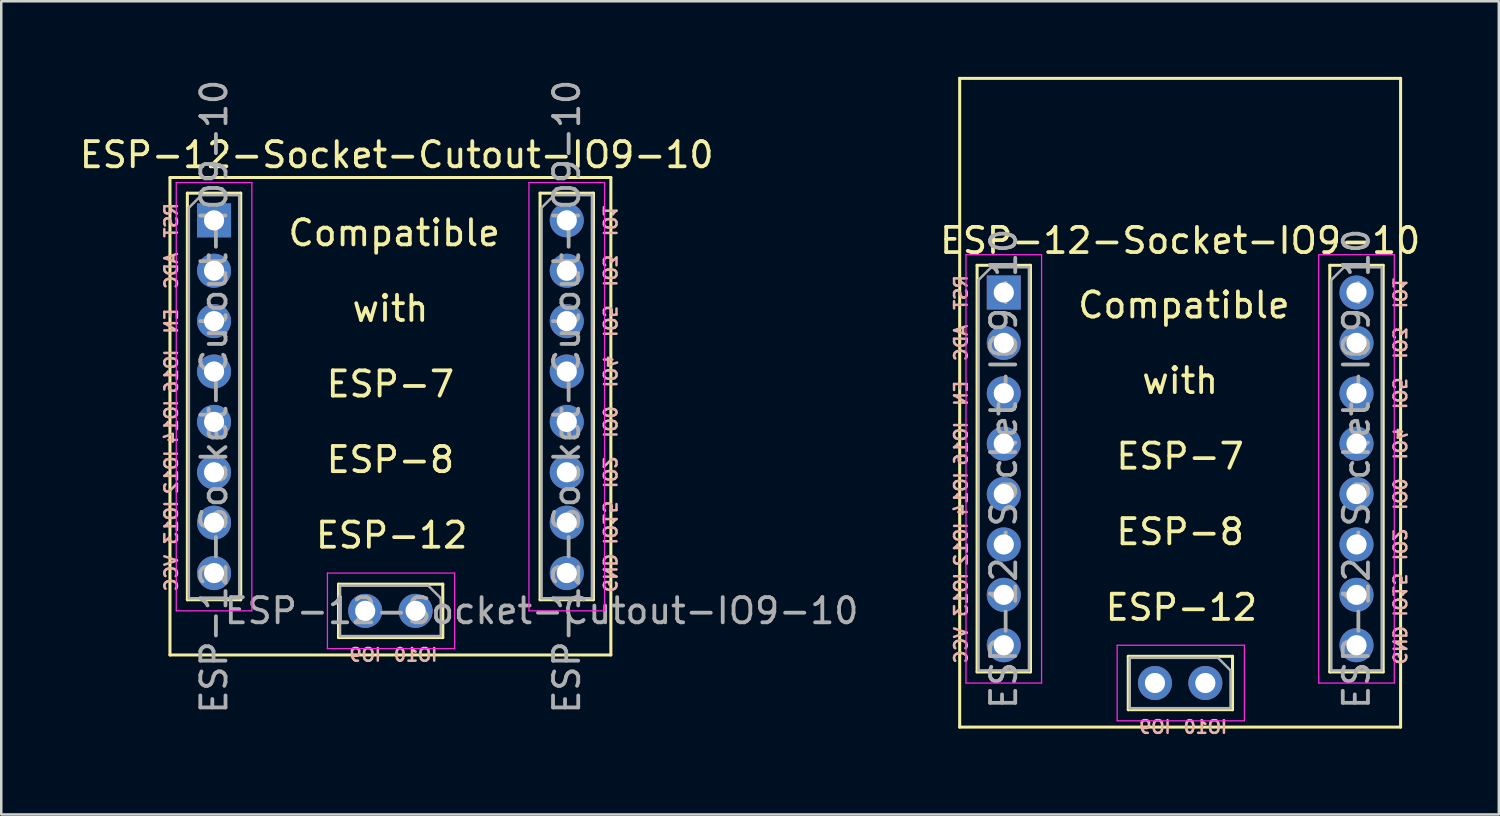
<source format=kicad_pcb>
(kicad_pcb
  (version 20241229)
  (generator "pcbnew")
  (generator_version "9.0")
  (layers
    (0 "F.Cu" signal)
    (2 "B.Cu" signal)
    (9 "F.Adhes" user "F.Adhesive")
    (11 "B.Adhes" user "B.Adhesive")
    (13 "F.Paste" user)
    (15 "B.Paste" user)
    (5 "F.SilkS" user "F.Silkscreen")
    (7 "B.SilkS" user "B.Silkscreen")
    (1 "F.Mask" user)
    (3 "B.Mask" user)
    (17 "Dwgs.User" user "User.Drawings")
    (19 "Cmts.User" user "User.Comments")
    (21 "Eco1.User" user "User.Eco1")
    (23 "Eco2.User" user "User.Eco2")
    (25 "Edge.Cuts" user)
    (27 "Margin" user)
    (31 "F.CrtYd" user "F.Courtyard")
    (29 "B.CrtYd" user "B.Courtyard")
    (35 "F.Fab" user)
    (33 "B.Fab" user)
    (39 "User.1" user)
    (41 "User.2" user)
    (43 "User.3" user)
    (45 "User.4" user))
  (footprint "ESP-12-Socket-Cutout-IO9-10"
    (layer "F.Cu")
    (at 3.696 22.946)
    (property "Reference" "ESP-12-Socket-Cutout-IO9-10" (at 9 -19.85 0) (layer "F.SilkS") (effects (font (size 1 1) (thickness 0.15))))
    (attr through_hole)
    (fp_line (start 0 0) (end 0 -18.95) (stroke (width 0.12) (type solid)) (layer "F.SilkS"))
    (fp_line (start 0.69 -18.329) (end 0.69 -2.19) (stroke (width 0.12) (type solid)) (layer "F.SilkS"))
    (fp_line (start 0.69 -18.329) (end 2.81 -18.329) (stroke (width 0.12) (type solid)) (layer "F.SilkS"))
    (fp_line (start 0.69 -2.19) (end 2.81 -2.19) (stroke (width 0.12) (type solid)) (layer "F.SilkS"))
    (fp_line (start 2.81 -18.329) (end 2.81 -2.19) (stroke (width 0.12) (type solid)) (layer "F.SilkS"))
    (fp_line (start 6.69 -2.81) (end 6.69 -0.69) (stroke (width 0.12) (type solid)) (layer "F.SilkS"))
    (fp_line (start 10.829 -2.81) (end 6.69 -2.81) (stroke (width 0.12) (type solid)) (layer "F.SilkS"))
    (fp_line (start 10.829 -2.81) (end 10.829 -0.69) (stroke (width 0.12) (type solid)) (layer "F.SilkS"))
    (fp_line (start 10.829 -0.69) (end 6.69 -0.69) (stroke (width 0.12) (type solid)) (layer "F.SilkS"))
    (fp_line (start 14.69 -18.329) (end 14.69 -2.19) (stroke (width 0.12) (type solid)) (layer "F.SilkS"))
    (fp_line (start 14.69 -18.329) (end 16.81 -18.329) (stroke (width 0.12) (type solid)) (layer "F.SilkS"))
    (fp_line (start 14.69 -2.19) (end 16.81 -2.19) (stroke (width 0.12) (type solid)) (layer "F.SilkS"))
    (fp_line (start 16.81 -18.329) (end 16.81 -2.19) (stroke (width 0.12) (type solid)) (layer "F.SilkS"))
    (fp_line (start 17.5 -18.95) (end 0 -18.95) (stroke (width 0.12) (type solid)) (layer "F.SilkS"))
    (fp_line (start 17.5 0) (end 0 0) (stroke (width 0.12) (type solid)) (layer "F.SilkS"))
    (fp_line (start 17.5 0) (end 17.5 -18.95) (stroke (width 0.12) (type solid)) (layer "F.SilkS"))
    (fp_line (start 0.25 -18.75) (end 0.25 -1.75) (stroke (width 0.05) (type solid)) (layer "F.CrtYd"))
    (fp_line (start 0.25 -1.75) (end 3.25 -1.75) (stroke (width 0.05) (type solid)) (layer "F.CrtYd"))
    (fp_line (start 3.25 -18.75) (end 0.25 -18.75) (stroke (width 0.05) (type solid)) (layer "F.CrtYd"))
    (fp_line (start 3.25 -1.75) (end 3.25 -18.75) (stroke (width 0.05) (type solid)) (layer "F.CrtYd"))
    (fp_line (start 6.25 -3.25) (end 6.25 -0.25) (stroke (width 0.05) (type solid)) (layer "F.CrtYd"))
    (fp_line (start 6.25 -0.25) (end 11.3 -0.25) (stroke (width 0.05) (type solid)) (layer "F.CrtYd"))
    (fp_line (start 11.3 -3.25) (end 6.25 -3.25) (stroke (width 0.05) (type solid)) (layer "F.CrtYd"))
    (fp_line (start 11.3 -0.25) (end 11.3 -3.25) (stroke (width 0.05) (type solid)) (layer "F.CrtYd"))
    (fp_line (start 14.25 -18.75) (end 14.25 -1.75) (stroke (width 0.05) (type solid)) (layer "F.CrtYd"))
    (fp_line (start 14.25 -1.75) (end 17.25 -1.75) (stroke (width 0.05) (type solid)) (layer "F.CrtYd"))
    (fp_line (start 17.25 -18.75) (end 14.25 -18.75) (stroke (width 0.05) (type solid)) (layer "F.CrtYd"))
    (fp_line (start 17.25 -1.75) (end 17.25 -18.75) (stroke (width 0.05) (type solid)) (layer "F.CrtYd"))
    (fp_line (start 0.75 -17.75) (end 1.25 -18.25) (stroke (width 0.1) (type solid)) (layer "F.Fab"))
    (fp_line (start 0.75 -2.25) (end 0.75 -17.75) (stroke (width 0.1) (type solid)) (layer "F.Fab"))
    (fp_line (start 1.25 -18.25) (end 2.75 -18.25) (stroke (width 0.1) (type solid)) (layer "F.Fab"))
    (fp_line (start 2.75 -18.25) (end 2.75 -2.25) (stroke (width 0.1) (type solid)) (layer "F.Fab"))
    (fp_line (start 2.75 -2.25) (end 0.75 -2.25) (stroke (width 0.1) (type solid)) (layer "F.Fab"))
    (fp_line (start 6.75 -2.75) (end 10.25 -2.75) (stroke (width 0.1) (type solid)) (layer "F.Fab"))
    (fp_line (start 6.75 -0.75) (end 6.75 -2.75) (stroke (width 0.1) (type solid)) (layer "F.Fab"))
    (fp_line (start 10.25 -2.75) (end 10.75 -2.25) (stroke (width 0.1) (type solid)) (layer "F.Fab"))
    (fp_line (start 10.75 -2.25) (end 10.75 -0.75) (stroke (width 0.1) (type solid)) (layer "F.Fab"))
    (fp_line (start 10.75 -0.75) (end 6.75 -0.75) (stroke (width 0.1) (type solid)) (layer "F.Fab"))
    (fp_line (start 14.75 -17.75) (end 15.25 -18.25) (stroke (width 0.1) (type solid)) (layer "F.Fab"))
    (fp_line (start 14.75 -2.25) (end 14.75 -17.75) (stroke (width 0.1) (type solid)) (layer "F.Fab"))
    (fp_line (start 15.25 -18.25) (end 16.75 -18.25) (stroke (width 0.1) (type solid)) (layer "F.Fab"))
    (fp_line (start 16.75 -18.25) (end 16.75 -2.25) (stroke (width 0.1) (type solid)) (layer "F.Fab"))
    (fp_line (start 16.75 -2.25) (end 14.75 -2.25) (stroke (width 0.1) (type solid)) (layer "F.Fab"))
    (fp_text user "ESP-7" (at 8.75 -10.75 0) (layer "F.SilkS") (effects (font (size 1 1) (thickness 0.15))))
    (fp_text user "Compatible" (at 8.9 -16.75 0) (layer "F.SilkS") (effects (font (size 1 1) (thickness 0.15))))
    (fp_text user "ESP-12" (at 8.8 -4.75 0) (layer "F.SilkS") (effects (font (size 1 1) (thickness 0.15))))
    (fp_text user "ESP-8" (at 8.75 -7.75 0) (layer "F.SilkS") (effects (font (size 1 1) (thickness 0.15))))
    (fp_text user "with" (at 8.75 -13.75 0) (layer "F.SilkS") (effects (font (size 1 1) (thickness 0.15))))
    (fp_text user "IO9" (at 7.75 0 0) (layer "B.SilkS") (effects (font (size 0.5 0.5) (thickness 0.1)) (justify mirror)))
    (fp_text user "IO12" (at 0.05 -7.25 270) (layer "B.SilkS") (effects (font (size 0.5 0.5) (thickness 0.1)) (justify mirror)))
    (fp_text user "VCC" (at 0.05 -3.25 270) (layer "B.SilkS") (effects (font (size 0.5 0.5) (thickness 0.1)) (justify mirror)))
    (fp_text user "IO2" (at 17.45 -7.25 270) (unlocked yes) (layer "B.SilkS") (effects (font (size 0.5 0.5) (thickness 0.1)) (justify mirror)))
    (fp_text user "IO14" (at 0.05 -9.25 270) (layer "B.SilkS") (effects (font (size 0.5 0.5) (thickness 0.1)) (justify mirror)))
    (fp_text user "IO13" (at 0.05 -5.25 270) (layer "B.SilkS") (effects (font (size 0.5 0.5) (thickness 0.1)) (justify mirror)))
    (fp_text user "IO5" (at 17.45 -13.25 270) (unlocked yes) (layer "B.SilkS") (effects (font (size 0.5 0.5) (thickness 0.1)) (justify mirror)))
    (fp_text user "GND" (at 17.45 -3.25 270) (unlocked yes) (layer "B.SilkS") (effects (font (size 0.5 0.5) (thickness 0.1)) (justify mirror)))
    (fp_text user "EN" (at 0.05 -13.25 270) (layer "B.SilkS") (effects (font (size 0.5 0.5) (thickness 0.1)) (justify mirror)))
    (fp_text user "RST" (at 0.05 -17.25 270) (layer "B.SilkS") (effects (font (size 0.5 0.5) (thickness 0.1)) (justify mirror)))
    (fp_text user "ADC" (at 0.05 -15.25 270) (layer "B.SilkS") (effects (font (size 0.5 0.5) (thickness 0.1)) (justify mirror)))
    (fp_text user "IO4" (at 17.45 -11.25 270) (unlocked yes) (layer "B.SilkS") (effects (font (size 0.5 0.5) (thickness 0.1)) (justify mirror)))
    (fp_text user "IO3" (at 17.45 -15.25 270) (unlocked yes) (layer "B.SilkS") (effects (font (size 0.5 0.5) (thickness 0.1)) (justify mirror)))
    (fp_text user "IO0" (at 17.45 -9.25 270) (unlocked yes) (layer "B.SilkS") (effects (font (size 0.5 0.5) (thickness 0.1)) (justify mirror)))
    (fp_text user "IO10" (at 9.75 0 0) (layer "B.SilkS") (effects (font (size 0.5 0.5) (thickness 0.1)) (justify mirror)))
    (fp_text user "IO1" (at 17.45 -17.25 270) (unlocked yes) (layer "B.SilkS") (effects (font (size 0.5 0.5) (thickness 0.1)) (justify mirror)))
    (fp_text user "IO15" (at 17.45 -5.25 270) (unlocked yes) (layer "B.SilkS") (effects (font (size 0.5 0.5) (thickness 0.1)) (justify mirror)))
    (fp_text user "IO16" (at 0.05 -11.25 270) (layer "B.SilkS") (effects (font (size 0.5 0.5) (thickness 0.1)) (justify mirror)))
    (fp_text user "${REFERENCE}" (at 1.75 -10.25 90) (layer "F.Fab") (effects (font (size 1 1) (thickness 0.15))))
    (fp_text user "${REFERENCE}" (at 15.75 -10.25 90) (layer "F.Fab") (effects (font (size 1 1) (thickness 0.15))))
    (fp_text user "${REFERENCE}" (at 14.75 -1.75 0) (layer "F.Fab") (effects (font (size 1 1) (thickness 0.15))))
    (pad "1" thru_hole rect (at 1.75 -17.25) (size 1.35 1.35) (drill 0.8) (layers "*.Cu" "*.Mask"))
    (pad "2" thru_hole oval (at 1.75 -15.25) (size 1.35 1.35) (drill 0.8) (layers "*.Cu" "*.Mask"))
    (pad "3" thru_hole oval (at 1.75 -13.25) (size 1.35 1.35) (drill 0.8) (layers "*.Cu" "*.Mask"))
    (pad "4" thru_hole oval (at 1.75 -11.25) (size 1.35 1.35) (drill 0.8) (layers "*.Cu" "*.Mask"))
    (pad "5" thru_hole oval (at 1.75 -9.25) (size 1.35 1.35) (drill 0.8) (layers "*.Cu" "*.Mask"))
    (pad "6" thru_hole oval (at 1.75 -7.25) (size 1.35 1.35) (drill 0.8) (layers "*.Cu" "*.Mask"))
    (pad "7" thru_hole oval (at 1.75 -5.25) (size 1.35 1.35) (drill 0.8) (layers "*.Cu" "*.Mask"))
    (pad "8" thru_hole oval (at 1.75 -3.25) (size 1.35 1.35) (drill 0.8) (layers "*.Cu" "*.Mask"))
    (pad "11" thru_hole oval (at 7.75 -1.75 270) (size 1.35 1.35) (drill 0.8) (layers "*.Cu" "*.Mask"))
    (pad "12" thru_hole oval (at 9.75 -1.75 270) (size 1.35 1.35) (drill 0.8) (layers "*.Cu" "*.Mask"))
    (pad "15" thru_hole oval (at 15.75 -3.25) (size 1.35 1.35) (drill 0.8) (layers "*.Cu" "*.Mask"))
    (pad "16" thru_hole oval (at 15.75 -5.25) (size 1.35 1.35) (drill 0.8) (layers "*.Cu" "*.Mask"))
    (pad "17" thru_hole oval (at 15.75 -7.25) (size 1.35 1.35) (drill 0.8) (layers "*.Cu" "*.Mask"))
    (pad "18" thru_hole oval (at 15.75 -9.25) (size 1.35 1.35) (drill 0.8) (layers "*.Cu" "*.Mask"))
    (pad "19" thru_hole oval (at 15.75 -11.25) (size 1.35 1.35) (drill 0.8) (layers "*.Cu" "*.Mask"))
    (pad "20" thru_hole oval (at 15.75 -13.25) (size 1.35 1.35) (drill 0.8) (layers "*.Cu" "*.Mask"))
    (pad "21" thru_hole oval (at 15.75 -15.25) (size 1.35 1.35) (drill 0.8) (layers "*.Cu" "*.Mask"))
    (pad "22" thru_hole circle (at 15.75 -17.25) (size 1.35 1.35) (drill 0.8) (layers "*.Cu" "*.Mask")))
  (footprint "ESP-12-Socket-IO9-10"
    (layer "F.Cu")
    (at 35.042 25.81)
    (property "Reference" "ESP-12-Socket-IO9-10" (at 8.75 -19.31 0) (layer "F.SilkS") (effects (font (size 1 1) (thickness 0.15))))
    (attr through_hole)
    (fp_line (start 0 0) (end 0 -25.75) (stroke (width 0.12) (type solid)) (layer "F.SilkS"))
    (fp_line (start 0.69 -18.329) (end 0.69 -2.19) (stroke (width 0.12) (type solid)) (layer "F.SilkS"))
    (fp_line (start 0.69 -18.329) (end 2.81 -18.329) (stroke (width 0.12) (type solid)) (layer "F.SilkS"))
    (fp_line (start 0.69 -2.19) (end 2.81 -2.19) (stroke (width 0.12) (type solid)) (layer "F.SilkS"))
    (fp_line (start 2.81 -18.329) (end 2.81 -2.19) (stroke (width 0.12) (type solid)) (layer "F.SilkS"))
    (fp_line (start 6.69 -2.81) (end 6.69 -0.69) (stroke (width 0.12) (type solid)) (layer "F.SilkS"))
    (fp_line (start 10.829 -2.81) (end 6.69 -2.81) (stroke (width 0.12) (type solid)) (layer "F.SilkS"))
    (fp_line (start 10.829 -2.81) (end 10.829 -0.69) (stroke (width 0.12) (type solid)) (layer "F.SilkS"))
    (fp_line (start 10.829 -0.69) (end 6.69 -0.69) (stroke (width 0.12) (type solid)) (layer "F.SilkS"))
    (fp_line (start 14.69 -18.329) (end 14.69 -2.19) (stroke (width 0.12) (type solid)) (layer "F.SilkS"))
    (fp_line (start 14.69 -18.329) (end 16.81 -18.329) (stroke (width 0.12) (type solid)) (layer "F.SilkS"))
    (fp_line (start 14.69 -2.19) (end 16.81 -2.19) (stroke (width 0.12) (type solid)) (layer "F.SilkS"))
    (fp_line (start 16.81 -18.329) (end 16.81 -2.19) (stroke (width 0.12) (type solid)) (layer "F.SilkS"))
    (fp_line (start 17.5 -25.75) (end 0 -25.75) (stroke (width 0.12) (type solid)) (layer "F.SilkS"))
    (fp_line (start 17.5 0) (end 0 0) (stroke (width 0.12) (type solid)) (layer "F.SilkS"))
    (fp_line (start 17.5 0) (end 17.5 -25.75) (stroke (width 0.12) (type solid)) (layer "F.SilkS"))
    (fp_line (start 0.25 -18.75) (end 0.25 -1.75) (stroke (width 0.05) (type solid)) (layer "F.CrtYd"))
    (fp_line (start 0.25 -1.75) (end 3.25 -1.75) (stroke (width 0.05) (type solid)) (layer "F.CrtYd"))
    (fp_line (start 3.25 -18.75) (end 0.25 -18.75) (stroke (width 0.05) (type solid)) (layer "F.CrtYd"))
    (fp_line (start 3.25 -1.75) (end 3.25 -18.75) (stroke (width 0.05) (type solid)) (layer "F.CrtYd"))
    (fp_line (start 6.25 -3.25) (end 6.25 -0.25) (stroke (width 0.05) (type solid)) (layer "F.CrtYd"))
    (fp_line (start 6.25 -0.25) (end 11.3 -0.25) (stroke (width 0.05) (type solid)) (layer "F.CrtYd"))
    (fp_line (start 11.3 -3.25) (end 6.25 -3.25) (stroke (width 0.05) (type solid)) (layer "F.CrtYd"))
    (fp_line (start 11.3 -0.25) (end 11.3 -3.25) (stroke (width 0.05) (type solid)) (layer "F.CrtYd"))
    (fp_line (start 14.25 -18.75) (end 14.25 -1.75) (stroke (width 0.05) (type solid)) (layer "F.CrtYd"))
    (fp_line (start 14.25 -1.75) (end 17.25 -1.75) (stroke (width 0.05) (type solid)) (layer "F.CrtYd"))
    (fp_line (start 17.25 -18.75) (end 14.25 -18.75) (stroke (width 0.05) (type solid)) (layer "F.CrtYd"))
    (fp_line (start 17.25 -1.75) (end 17.25 -18.75) (stroke (width 0.05) (type solid)) (layer "F.CrtYd"))
    (fp_line (start 0.75 -17.75) (end 1.25 -18.25) (stroke (width 0.1) (type solid)) (layer "F.Fab"))
    (fp_line (start 0.75 -2.25) (end 0.75 -17.75) (stroke (width 0.1) (type solid)) (layer "F.Fab"))
    (fp_line (start 1.25 -18.25) (end 2.75 -18.25) (stroke (width 0.1) (type solid)) (layer "F.Fab"))
    (fp_line (start 2.75 -18.25) (end 2.75 -2.25) (stroke (width 0.1) (type solid)) (layer "F.Fab"))
    (fp_line (start 2.75 -2.25) (end 0.75 -2.25) (stroke (width 0.1) (type solid)) (layer "F.Fab"))
    (fp_line (start 6.75 -2.75) (end 10.25 -2.75) (stroke (width 0.1) (type solid)) (layer "F.Fab"))
    (fp_line (start 6.75 -0.75) (end 6.75 -2.75) (stroke (width 0.1) (type solid)) (layer "F.Fab"))
    (fp_line (start 10.25 -2.75) (end 10.75 -2.25) (stroke (width 0.1) (type solid)) (layer "F.Fab"))
    (fp_line (start 10.75 -2.25) (end 10.75 -0.75) (stroke (width 0.1) (type solid)) (layer "F.Fab"))
    (fp_line (start 10.75 -0.75) (end 6.75 -0.75) (stroke (width 0.1) (type solid)) (layer "F.Fab"))
    (fp_line (start 14.75 -17.75) (end 15.25 -18.25) (stroke (width 0.1) (type solid)) (layer "F.Fab"))
    (fp_line (start 14.75 -2.25) (end 14.75 -17.75) (stroke (width 0.1) (type solid)) (layer "F.Fab"))
    (fp_line (start 15.25 -18.25) (end 16.75 -18.25) (stroke (width 0.1) (type solid)) (layer "F.Fab"))
    (fp_line (start 16.75 -18.25) (end 16.75 -2.25) (stroke (width 0.1) (type solid)) (layer "F.Fab"))
    (fp_line (start 16.75 -2.25) (end 14.75 -2.25) (stroke (width 0.1) (type solid)) (layer "F.Fab"))
    (fp_text user "ESP-8" (at 8.75 -7.75 0) (layer "F.SilkS") (effects (font (size 1 1) (thickness 0.15))))
    (fp_text user "ESP-7" (at 8.75 -10.75 0) (layer "F.SilkS") (effects (font (size 1 1) (thickness 0.15))))
    (fp_text user "with" (at 8.75 -13.75 0) (layer "F.SilkS") (effects (font (size 1 1) (thickness 0.15))))
    (fp_text user "Compatible" (at 8.9 -16.75 0) (layer "F.SilkS") (effects (font (size 1 1) (thickness 0.15))))
    (fp_text user "ESP-12" (at 8.8 -4.75 0) (layer "F.SilkS") (effects (font (size 1 1) (thickness 0.15))))
    (fp_text user "IO9" (at 7.75 0 0) (layer "B.SilkS") (effects (font (size 0.5 0.5) (thickness 0.1)) (justify mirror)))
    (fp_text user "IO0" (at 17.45 -9.25 270) (unlocked yes) (layer "B.SilkS") (effects (font (size 0.5 0.5) (thickness 0.1)) (justify mirror)))
    (fp_text user "VCC" (at 0.05 -3.25 270) (layer "B.SilkS") (effects (font (size 0.5 0.5) (thickness 0.1)) (justify mirror)))
    (fp_text user "RST" (at 0.05 -17.25 270) (layer "B.SilkS") (effects (font (size 0.5 0.5) (thickness 0.1)) (justify mirror)))
    (fp_text user "GND" (at 17.45 -3.25 270) (unlocked yes) (layer "B.SilkS") (effects (font (size 0.5 0.5) (thickness 0.1)) (justify mirror)))
    (fp_text user "EN" (at 0.05 -13.25 270) (layer "B.SilkS") (effects (font (size 0.5 0.5) (thickness 0.1)) (justify mirror)))
    (fp_text user "IO4" (at 17.45 -11.25 270) (unlocked yes) (layer "B.SilkS") (effects (font (size 0.5 0.5) (thickness 0.1)) (justify mirror)))
    (fp_text user "IO12" (at 0.05 -7.25 270) (layer "B.SilkS") (effects (font (size 0.5 0.5) (thickness 0.1)) (justify mirror)))
    (fp_text user "IO14" (at 0.05 -9.25 270) (layer "B.SilkS") (effects (font (size 0.5 0.5) (thickness 0.1)) (justify mirror)))
    (fp_text user "IO2" (at 17.45 -7.25 270) (unlocked yes) (layer "B.SilkS") (effects (font (size 0.5 0.5) (thickness 0.1)) (justify mirror)))
    (fp_text user "IO16" (at 0.05 -11.25 270) (layer "B.SilkS") (effects (font (size 0.5 0.5) (thickness 0.1)) (justify mirror)))
    (fp_text user "IO15" (at 17.45 -5.25 270) (unlocked yes) (layer "B.SilkS") (effects (font (size 0.5 0.5) (thickness 0.1)) (justify mirror)))
    (fp_text user "IO5" (at 17.45 -13.25 270) (unlocked yes) (layer "B.SilkS") (effects (font (size 0.5 0.5) (thickness 0.1)) (justify mirror)))
    (fp_text user "IO10" (at 9.75 0 0) (layer "B.SilkS") (effects (font (size 0.5 0.5) (thickness 0.1)) (justify mirror)))
    (fp_text user "IO3" (at 17.45 -15.25 270) (unlocked yes) (layer "B.SilkS") (effects (font (size 0.5 0.5) (thickness 0.1)) (justify mirror)))
    (fp_text user "IO13" (at 0.05 -5.25 270) (layer "B.SilkS") (effects (font (size 0.5 0.5) (thickness 0.1)) (justify mirror)))
    (fp_text user "IO1" (at 17.45 -17.25 270) (unlocked yes) (layer "B.SilkS") (effects (font (size 0.5 0.5) (thickness 0.1)) (justify mirror)))
    (fp_text user "ADC" (at 0.05 -15.25 270) (layer "B.SilkS") (effects (font (size 0.5 0.5) (thickness 0.1)) (justify mirror)))
    (fp_text user "${REFERENCE}" (at 1.75 -10.25 90) (layer "F.Fab") (effects (font (size 1 1) (thickness 0.15))))
    (fp_text user "${REFERENCE}" (at 15.75 -10.25 90) (layer "F.Fab") (effects (font (size 1 1) (thickness 0.15))))
    (pad "1" thru_hole rect (at 1.75 -17.25) (size 1.35 1.35) (drill 0.8) (layers "*.Cu" "*.Mask"))
    (pad "2" thru_hole oval (at 1.75 -15.25) (size 1.35 1.35) (drill 0.8) (layers "*.Cu" "*.Mask"))
    (pad "3" thru_hole oval (at 1.75 -13.25) (size 1.35 1.35) (drill 0.8) (layers "*.Cu" "*.Mask"))
    (pad "4" thru_hole oval (at 1.75 -11.25) (size 1.35 1.35) (drill 0.8) (layers "*.Cu" "*.Mask"))
    (pad "5" thru_hole oval (at 1.75 -9.25) (size 1.35 1.35) (drill 0.8) (layers "*.Cu" "*.Mask"))
    (pad "6" thru_hole oval (at 1.75 -7.25) (size 1.35 1.35) (drill 0.8) (layers "*.Cu" "*.Mask"))
    (pad "7" thru_hole oval (at 1.75 -5.25) (size 1.35 1.35) (drill 0.8) (layers "*.Cu" "*.Mask"))
    (pad "8" thru_hole oval (at 1.75 -3.25) (size 1.35 1.35) (drill 0.8) (layers "*.Cu" "*.Mask"))
    (pad "11" thru_hole oval (at 7.75 -1.75 270) (size 1.35 1.35) (drill 0.8) (layers "*.Cu" "*.Mask"))
    (pad "12" thru_hole oval (at 9.75 -1.75 270) (size 1.35 1.35) (drill 0.8) (layers "*.Cu" "*.Mask"))
    (pad "15" thru_hole oval (at 15.75 -3.25) (size 1.35 1.35) (drill 0.8) (layers "*.Cu" "*.Mask"))
    (pad "16" thru_hole oval (at 15.75 -5.25) (size 1.35 1.35) (drill 0.8) (layers "*.Cu" "*.Mask"))
    (pad "17" thru_hole oval (at 15.75 -7.25) (size 1.35 1.35) (drill 0.8) (layers "*.Cu" "*.Mask"))
    (pad "18" thru_hole oval (at 15.75 -9.25) (size 1.35 1.35) (drill 0.8) (layers "*.Cu" "*.Mask"))
    (pad "19" thru_hole oval (at 15.75 -11.25) (size 1.35 1.35) (drill 0.8) (layers "*.Cu" "*.Mask"))
    (pad "20" thru_hole oval (at 15.75 -13.25) (size 1.35 1.35) (drill 0.8) (layers "*.Cu" "*.Mask"))
    (pad "21" thru_hole oval (at 15.75 -15.25) (size 1.35 1.35) (drill 0.8) (layers "*.Cu" "*.Mask"))
    (pad "22" thru_hole circle (at 15.75 -17.25) (size 1.35 1.35) (drill 0.8) (layers "*.Cu" "*.Mask")))
  (gr_rect
    (start -3 -3)
    (end 56.44 29.278)
    (stroke (width 0.1) (type default))
    (fill no)
    (layer "Edge.Cuts")))
</source>
